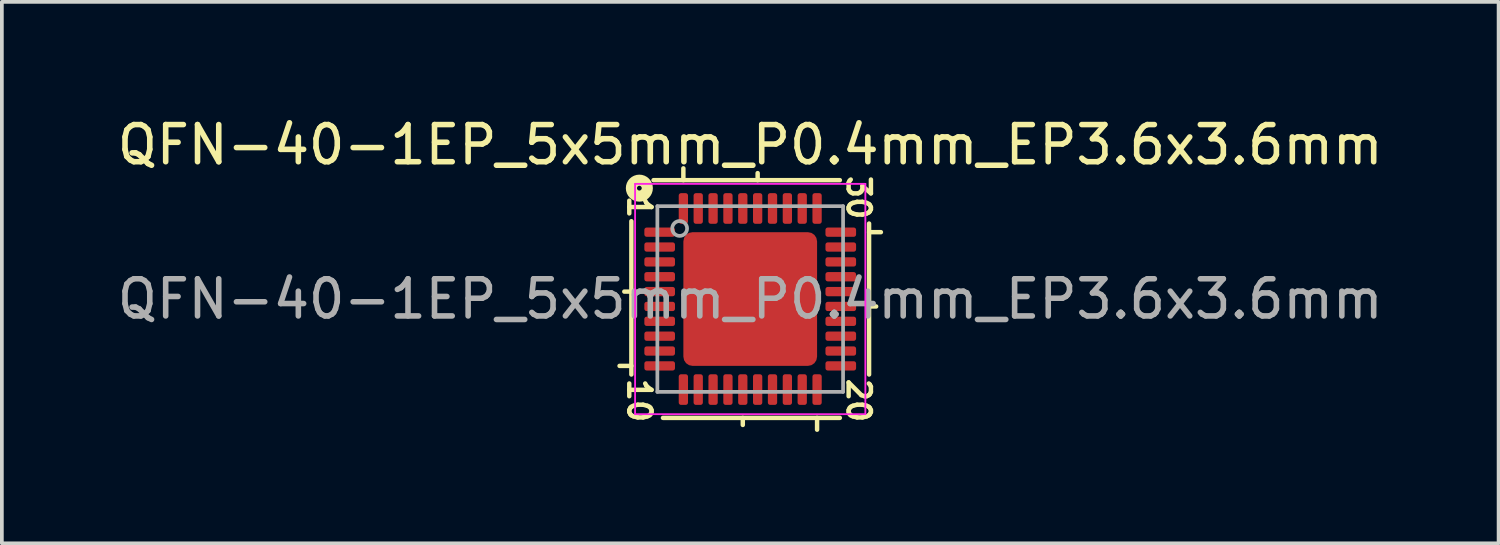
<source format=kicad_pcb>
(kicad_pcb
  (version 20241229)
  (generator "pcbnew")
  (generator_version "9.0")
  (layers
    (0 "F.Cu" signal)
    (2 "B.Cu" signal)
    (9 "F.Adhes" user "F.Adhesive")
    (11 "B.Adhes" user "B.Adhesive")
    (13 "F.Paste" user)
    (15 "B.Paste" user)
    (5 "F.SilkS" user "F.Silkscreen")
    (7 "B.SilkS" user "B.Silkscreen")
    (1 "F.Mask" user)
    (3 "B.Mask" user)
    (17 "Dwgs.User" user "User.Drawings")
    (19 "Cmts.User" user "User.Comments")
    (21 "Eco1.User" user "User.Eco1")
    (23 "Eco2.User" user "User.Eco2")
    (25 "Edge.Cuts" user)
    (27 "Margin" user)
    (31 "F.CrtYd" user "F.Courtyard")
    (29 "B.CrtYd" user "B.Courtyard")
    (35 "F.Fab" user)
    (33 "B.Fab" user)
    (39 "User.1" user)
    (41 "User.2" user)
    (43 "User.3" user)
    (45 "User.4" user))
  (footprint "QFN-40-1EP_5x5mm_P0.4mm_EP3.6x3.6mm"
    (layer "F.Cu")
    (at 17.149 5.001)
    (property "Reference" "QFN-40-1EP_5x5mm_P0.4mm_EP3.6x3.6mm" (at 0 -4.152 0) (layer "F.SilkS") (effects (font (size 1 1) (thickness 0.15))))
    (attr smd)
    (fp_line (start -3.2 -2.095) (end -3.2 2.032) (stroke (width 0.12) (type solid)) (layer "F.SilkS"))
    (fp_line (start -3.2 -0.2) (end -3.39 -0.2) (stroke (width 0.12) (type solid)) (layer "F.SilkS"))
    (fp_line (start -3.2 1.8) (end -3.518 1.8) (stroke (width 0.12) (type solid)) (layer "F.SilkS"))
    (fp_line (start -2.349 3.2) (end 2.413 3.2) (stroke (width 0.12) (type solid)) (layer "F.SilkS"))
    (fp_line (start -1.8 -3.2) (end -1.8 -3.518) (stroke (width 0.12) (type solid)) (layer "F.SilkS"))
    (fp_line (start -0.2 3.2) (end -0.2 3.39) (stroke (width 0.12) (type solid)) (layer "F.SilkS"))
    (fp_line (start 0.2 -3.2) (end 0.2 -3.39) (stroke (width 0.12) (type solid)) (layer "F.SilkS"))
    (fp_line (start 1.8 3.2) (end 1.8 3.518) (stroke (width 0.12) (type solid)) (layer "F.SilkS"))
    (fp_line (start 2.413 -3.2) (end -2.603 -3.2) (stroke (width 0.12) (type solid)) (layer "F.SilkS"))
    (fp_line (start 3.2 -1.8) (end 3.518 -1.8) (stroke (width 0.12) (type solid)) (layer "F.SilkS"))
    (fp_line (start 3.2 0.2) (end 3.39 0.2) (stroke (width 0.12) (type solid)) (layer "F.SilkS"))
    (fp_line (start 3.2 2.032) (end 3.2 -2.032) (stroke (width 0.12) (type solid)) (layer "F.SilkS"))
    (fp_circle (center -2.985 -2.985) (end -2.921 -2.985) (stroke (width 0.3) (type solid)) (fill no) (layer "F.SilkS"))
    (fp_line (start -3.1 -3.1) (end -3.1 3.1) (stroke (width 0.05) (type solid)) (layer "F.CrtYd"))
    (fp_line (start -3.1 3.1) (end 3.1 3.1) (stroke (width 0.05) (type solid)) (layer "F.CrtYd"))
    (fp_line (start 3.1 -3.1) (end -3.1 -3.1) (stroke (width 0.05) (type solid)) (layer "F.CrtYd"))
    (fp_line (start 3.1 3.1) (end 3.1 -3.1) (stroke (width 0.05) (type solid)) (layer "F.CrtYd"))
    (fp_line (start -2.5 -2.5) (end 2.5 -2.5) (stroke (width 0.1) (type solid)) (layer "F.Fab"))
    (fp_line (start -2.5 2.5) (end -2.5 -2.5) (stroke (width 0.1) (type solid)) (layer "F.Fab"))
    (fp_line (start 2.5 -2.5) (end 2.5 2.5) (stroke (width 0.1) (type solid)) (layer "F.Fab"))
    (fp_line (start 2.5 2.5) (end -2.5 2.5) (stroke (width 0.1) (type solid)) (layer "F.Fab"))
    (fp_circle (center -1.9 -1.9) (end -1.7 -1.9) (stroke (width 0.1) (type solid)) (fill no) (layer "F.Fab"))
    (fp_text user "10" (at -2.985 2.731 270) (unlocked yes) (layer "F.SilkS") (effects (font (size 0.6 0.6) (thickness 0.12))))
    (fp_text user "20" (at 2.921 2.731 270) (unlocked yes) (layer "F.SilkS") (effects (font (size 0.6 0.6) (thickness 0.12))))
    (fp_text user "1" (at -2.985 -2.477 270) (unlocked yes) (layer "F.SilkS") (effects (font (size 0.6 0.6) (thickness 0.12))))
    (fp_text user "30" (at 2.921 -2.731 270) (unlocked yes) (layer "F.SilkS") (effects (font (size 0.6 0.6) (thickness 0.12))))
    (fp_text user "${REFERENCE}" (at 0 0 0) (layer "F.Fab") (effects (font (size 1 1) (thickness 0.15))))
    (pad "" smd roundrect (at -1.2 -1.2) (size 0.97 0.97) (layers "F.Paste") (roundrect_rratio 0.25))
    (pad "" smd roundrect (at -1.2 0) (size 0.97 0.97) (layers "F.Paste") (roundrect_rratio 0.25))
    (pad "" smd roundrect (at -1.2 1.2) (size 0.97 0.97) (layers "F.Paste") (roundrect_rratio 0.25))
    (pad "" smd roundrect (at 0 -1.2) (size 0.97 0.97) (layers "F.Paste") (roundrect_rratio 0.25))
    (pad "" smd roundrect (at 0 0) (size 0.97 0.97) (layers "F.Paste") (roundrect_rratio 0.25))
    (pad "" smd roundrect (at 0 1.2) (size 0.97 0.97) (layers "F.Paste") (roundrect_rratio 0.25))
    (pad "" smd roundrect (at 1.2 -1.2) (size 0.97 0.97) (layers "F.Paste") (roundrect_rratio 0.25))
    (pad "" smd roundrect (at 1.2 0) (size 0.97 0.97) (layers "F.Paste") (roundrect_rratio 0.25))
    (pad "" smd roundrect (at 1.2 1.2) (size 0.97 0.97) (layers "F.Paste") (roundrect_rratio 0.25))
    (pad "1" smd roundrect (at -2.438 -1.8) (size 0.825 0.25) (layers "F.Cu" "F.Mask" "F.Paste") (roundrect_rratio 0.25))
    (pad "2" smd roundrect (at -2.438 -1.4) (size 0.825 0.25) (layers "F.Cu" "F.Mask" "F.Paste") (roundrect_rratio 0.25))
    (pad "3" smd roundrect (at -2.438 -1) (size 0.825 0.25) (layers "F.Cu" "F.Mask" "F.Paste") (roundrect_rratio 0.25))
    (pad "4" smd roundrect (at -2.438 -0.6) (size 0.825 0.25) (layers "F.Cu" "F.Mask" "F.Paste") (roundrect_rratio 0.25))
    (pad "5" smd roundrect (at -2.438 -0.2) (size 0.825 0.25) (layers "F.Cu" "F.Mask" "F.Paste") (roundrect_rratio 0.25))
    (pad "6" smd roundrect (at -2.438 0.2) (size 0.825 0.25) (layers "F.Cu" "F.Mask" "F.Paste") (roundrect_rratio 0.25))
    (pad "7" smd roundrect (at -2.438 0.6) (size 0.825 0.25) (layers "F.Cu" "F.Mask" "F.Paste") (roundrect_rratio 0.25))
    (pad "8" smd roundrect (at -2.438 1) (size 0.825 0.25) (layers "F.Cu" "F.Mask" "F.Paste") (roundrect_rratio 0.25))
    (pad "9" smd roundrect (at -2.438 1.4) (size 0.825 0.25) (layers "F.Cu" "F.Mask" "F.Paste") (roundrect_rratio 0.25))
    (pad "10" smd roundrect (at -2.438 1.8) (size 0.825 0.25) (layers "F.Cu" "F.Mask" "F.Paste") (roundrect_rratio 0.25))
    (pad "11" smd roundrect (at -1.8 2.438) (size 0.25 0.825) (layers "F.Cu" "F.Mask" "F.Paste") (roundrect_rratio 0.25))
    (pad "12" smd roundrect (at -1.4 2.438) (size 0.25 0.825) (layers "F.Cu" "F.Mask" "F.Paste") (roundrect_rratio 0.25))
    (pad "13" smd roundrect (at -1 2.438) (size 0.25 0.825) (layers "F.Cu" "F.Mask" "F.Paste") (roundrect_rratio 0.25))
    (pad "14" smd roundrect (at -0.6 2.438) (size 0.25 0.825) (layers "F.Cu" "F.Mask" "F.Paste") (roundrect_rratio 0.25))
    (pad "15" smd roundrect (at -0.2 2.438) (size 0.25 0.825) (layers "F.Cu" "F.Mask" "F.Paste") (roundrect_rratio 0.25))
    (pad "16" smd roundrect (at 0.2 2.438) (size 0.25 0.825) (layers "F.Cu" "F.Mask" "F.Paste") (roundrect_rratio 0.25))
    (pad "17" smd roundrect (at 0.6 2.438) (size 0.25 0.825) (layers "F.Cu" "F.Mask" "F.Paste") (roundrect_rratio 0.25))
    (pad "18" smd roundrect (at 1 2.438) (size 0.25 0.825) (layers "F.Cu" "F.Mask" "F.Paste") (roundrect_rratio 0.25))
    (pad "19" smd roundrect (at 1.4 2.438) (size 0.25 0.825) (layers "F.Cu" "F.Mask" "F.Paste") (roundrect_rratio 0.25))
    (pad "20" smd roundrect (at 1.8 2.438) (size 0.25 0.825) (layers "F.Cu" "F.Mask" "F.Paste") (roundrect_rratio 0.25))
    (pad "21" smd roundrect (at 2.438 1.8) (size 0.825 0.25) (layers "F.Cu" "F.Mask" "F.Paste") (roundrect_rratio 0.25))
    (pad "22" smd roundrect (at 2.438 1.4) (size 0.825 0.25) (layers "F.Cu" "F.Mask" "F.Paste") (roundrect_rratio 0.25))
    (pad "23" smd roundrect (at 2.438 1) (size 0.825 0.25) (layers "F.Cu" "F.Mask" "F.Paste") (roundrect_rratio 0.25))
    (pad "24" smd roundrect (at 2.438 0.6) (size 0.825 0.25) (layers "F.Cu" "F.Mask" "F.Paste") (roundrect_rratio 0.25))
    (pad "25" smd roundrect (at 2.438 0.2) (size 0.825 0.25) (layers "F.Cu" "F.Mask" "F.Paste") (roundrect_rratio 0.25))
    (pad "26" smd roundrect (at 2.438 -0.2) (size 0.825 0.25) (layers "F.Cu" "F.Mask" "F.Paste") (roundrect_rratio 0.25))
    (pad "27" smd roundrect (at 2.438 -0.6) (size 0.825 0.25) (layers "F.Cu" "F.Mask" "F.Paste") (roundrect_rratio 0.25))
    (pad "28" smd roundrect (at 2.438 -1) (size 0.825 0.25) (layers "F.Cu" "F.Mask" "F.Paste") (roundrect_rratio 0.25))
    (pad "29" smd roundrect (at 2.438 -1.4) (size 0.825 0.25) (layers "F.Cu" "F.Mask" "F.Paste") (roundrect_rratio 0.25))
    (pad "30" smd roundrect (at 2.438 -1.8) (size 0.825 0.25) (layers "F.Cu" "F.Mask" "F.Paste") (roundrect_rratio 0.25))
    (pad "31" smd roundrect (at 1.8 -2.438) (size 0.25 0.825) (layers "F.Cu" "F.Mask" "F.Paste") (roundrect_rratio 0.25))
    (pad "32" smd roundrect (at 1.4 -2.438) (size 0.25 0.825) (layers "F.Cu" "F.Mask" "F.Paste") (roundrect_rratio 0.25))
    (pad "33" smd roundrect (at 1 -2.438) (size 0.25 0.825) (layers "F.Cu" "F.Mask" "F.Paste") (roundrect_rratio 0.25))
    (pad "34" smd roundrect (at 0.6 -2.438) (size 0.25 0.825) (layers "F.Cu" "F.Mask" "F.Paste") (roundrect_rratio 0.25))
    (pad "35" smd roundrect (at 0.2 -2.438) (size 0.25 0.825) (layers "F.Cu" "F.Mask" "F.Paste") (roundrect_rratio 0.25))
    (pad "36" smd roundrect (at -0.2 -2.438) (size 0.25 0.825) (layers "F.Cu" "F.Mask" "F.Paste") (roundrect_rratio 0.25))
    (pad "37" smd roundrect (at -0.6 -2.438) (size 0.25 0.825) (layers "F.Cu" "F.Mask" "F.Paste") (roundrect_rratio 0.25))
    (pad "38" smd roundrect (at -1 -2.438) (size 0.25 0.825) (layers "F.Cu" "F.Mask" "F.Paste") (roundrect_rratio 0.25))
    (pad "39" smd roundrect (at -1.4 -2.438) (size 0.25 0.825) (layers "F.Cu" "F.Mask" "F.Paste") (roundrect_rratio 0.25))
    (pad "40" smd roundrect (at -1.8 -2.438) (size 0.25 0.825) (layers "F.Cu" "F.Mask" "F.Paste") (roundrect_rratio 0.25))
    (pad "41" smd roundrect (at 0 0) (size 3.6 3.6) (layers "F.Cu" "F.Mask") (roundrect_rratio 0.069)))
  (gr_rect
    (start -3 -3)
    (end 37.298 11.578)
    (stroke (width 0.1) (type default))
    (fill no)
    (layer "Edge.Cuts")))
</source>
